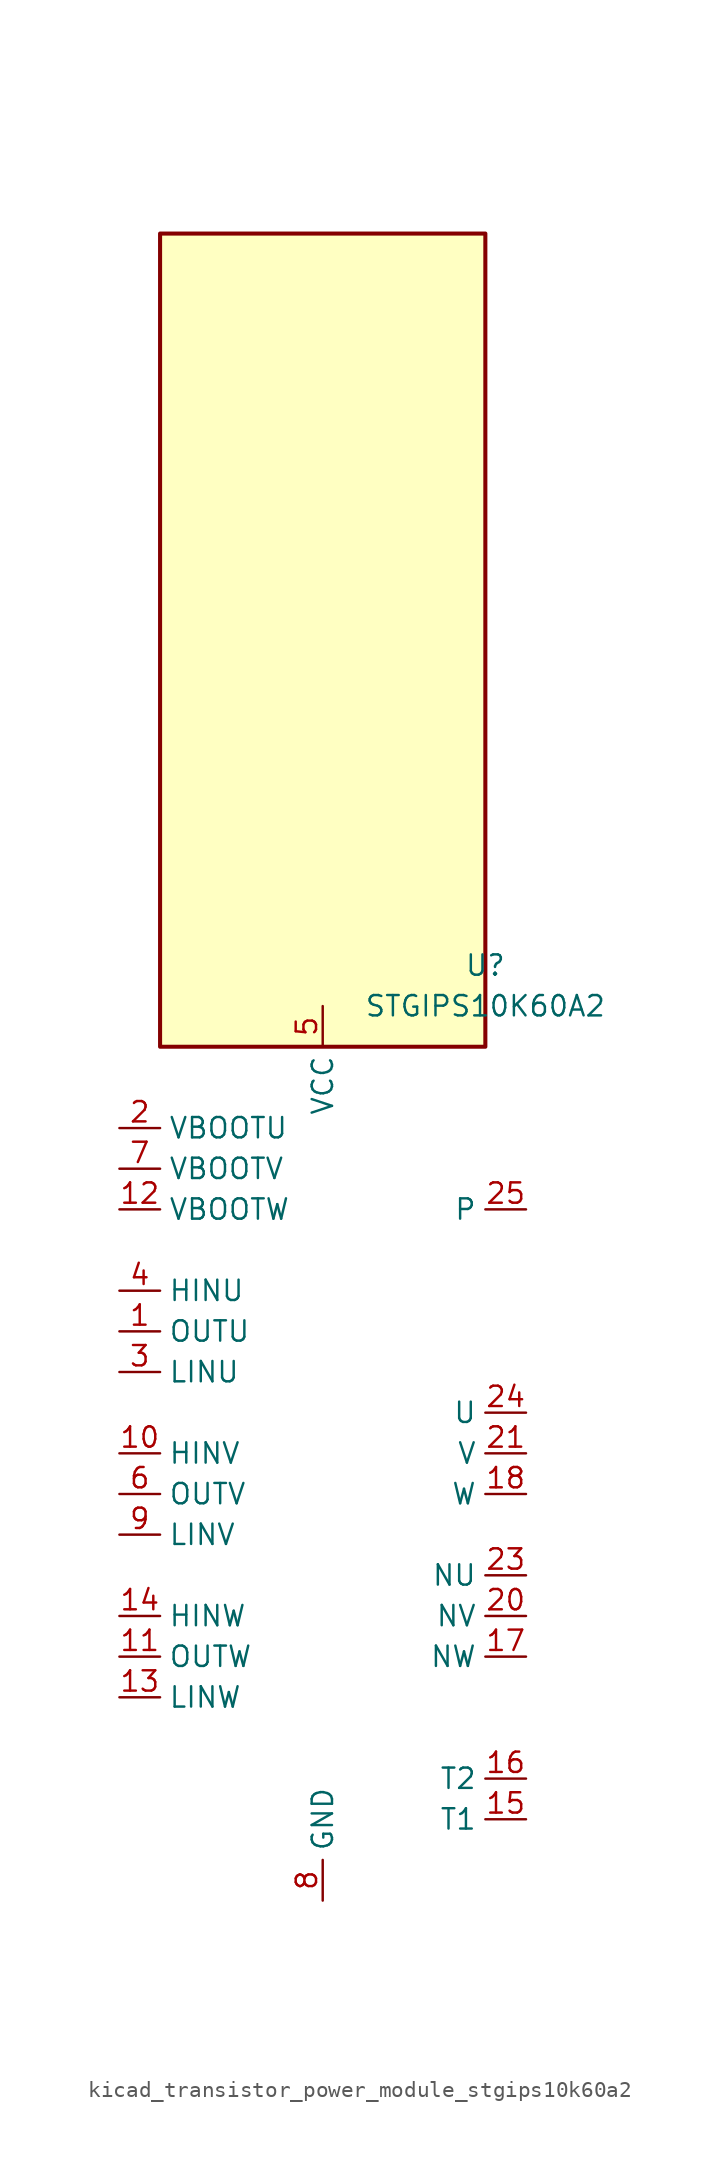
<source format=kicad_sym>
(kicad_symbol_lib
  (version 20220914)
  (generator kicad_symbol_editor)
  (symbol "kicad_transistor_power_module_stgips10k60a2"
    (property "Reference" "U"
      (at 10.16 30.48 0)
      (effects (font (size 1.27 1.27))))
    (property "Value" "STGIPS10K60A2"
      (at 10.16 27.94 0)
      (effects (font (size 1.27 1.27))))
    (symbol "kicad_transistor_power_module_stgips10k60a2_0_1"
      (rectangle (start 10.16 76.2) (end -10.16 25.4) (stroke (width 0.254) (type default)) (fill (type background))))
    (symbol "kicad_transistor_power_module_stgips10k60a2_1_1"
      (pin output line (at -12.7 7.62 0) (length 2.54) (name "OUTU" (effects (font (size 1.27 1.27)))) (number "1" (effects (font (size 1.27 1.27)))))
      (pin input line (at -12.7 0 0) (length 2.54) (name "HINV" (effects (font (size 1.27 1.27)))) (number "10" (effects (font (size 1.27 1.27)))))
      (pin output line (at -12.7 -12.7 0) (length 2.54) (name "OUTW" (effects (font (size 1.27 1.27)))) (number "11" (effects (font (size 1.27 1.27)))))
      (pin passive line (at -12.7 15.24 0) (length 2.54) (name "VBOOTW" (effects (font (size 1.27 1.27)))) (number "12" (effects (font (size 1.27 1.27)))))
      (pin input line (at -12.7 -15.24 0) (length 2.54) (name "LINW" (effects (font (size 1.27 1.27)))) (number "13" (effects (font (size 1.27 1.27)))))
      (pin input line (at -12.7 -10.16 0) (length 2.54) (name "HINW" (effects (font (size 1.27 1.27)))) (number "14" (effects (font (size 1.27 1.27)))))
      (pin passive line (at 12.7 -22.86 180) (length 2.54) (name "T1" (effects (font (size 1.27 1.27)))) (number "15" (effects (font (size 1.27 1.27)))))
      (pin passive line (at 12.7 -20.32 180) (length 2.54) (name "T2" (effects (font (size 1.27 1.27)))) (number "16" (effects (font (size 1.27 1.27)))))
      (pin passive line (at 12.7 -12.7 180) (length 2.54) (name "NW" (effects (font (size 1.27 1.27)))) (number "17" (effects (font (size 1.27 1.27)))))
      (pin passive line (at 12.7 -2.54 180) (length 2.54) (name "W" (effects (font (size 1.27 1.27)))) (number "18" (effects (font (size 1.27 1.27)))))
      (pin passive line (at 12.7 15.24 180) (length 2.54) hide (name "P" (effects (font (size 1.27 1.27)))) (number "19" (effects (font (size 1.27 1.27)))))
      (pin passive line (at -12.7 20.32 0) (length 2.54) (name "VBOOTU" (effects (font (size 1.27 1.27)))) (number "2" (effects (font (size 1.27 1.27)))))
      (pin passive line (at 12.7 -10.16 180) (length 2.54) (name "NV" (effects (font (size 1.27 1.27)))) (number "20" (effects (font (size 1.27 1.27)))))
      (pin passive line (at 12.7 0 180) (length 2.54) (name "V" (effects (font (size 1.27 1.27)))) (number "21" (effects (font (size 1.27 1.27)))))
      (pin passive line (at 12.7 15.24 180) (length 2.54) hide (name "P" (effects (font (size 1.27 1.27)))) (number "22" (effects (font (size 1.27 1.27)))))
      (pin passive line (at 12.7 -7.62 180) (length 2.54) (name "NU" (effects (font (size 1.27 1.27)))) (number "23" (effects (font (size 1.27 1.27)))))
      (pin passive line (at 12.7 2.54 180) (length 2.54) (name "U" (effects (font (size 1.27 1.27)))) (number "24" (effects (font (size 1.27 1.27)))))
      (pin passive line (at 12.7 15.24 180) (length 2.54) (name "P" (effects (font (size 1.27 1.27)))) (number "25" (effects (font (size 1.27 1.27)))))
      (pin input line (at -12.7 5.08 0) (length 2.54) (name "LINU" (effects (font (size 1.27 1.27)))) (number "3" (effects (font (size 1.27 1.27)))))
      (pin input line (at -12.7 10.16 0) (length 2.54) (name "HINU" (effects (font (size 1.27 1.27)))) (number "4" (effects (font (size 1.27 1.27)))))
      (pin power_in line (at 0 27.94 270) (length 2.54) (name "VCC" (effects (font (size 1.27 1.27)))) (number "5" (effects (font (size 1.27 1.27)))))
      (pin output line (at -12.7 -2.54 0) (length 2.54) (name "OUTV" (effects (font (size 1.27 1.27)))) (number "6" (effects (font (size 1.27 1.27)))))
      (pin passive line (at -12.7 17.78 0) (length 2.54) (name "VBOOTV" (effects (font (size 1.27 1.27)))) (number "7" (effects (font (size 1.27 1.27)))))
      (pin power_in line (at 0 -27.94 90) (length 2.54) (name "GND" (effects (font (size 1.27 1.27)))) (number "8" (effects (font (size 1.27 1.27)))))
      (pin input line (at -12.7 -5.08 0) (length 2.54) (name "LINV" (effects (font (size 1.27 1.27)))) (number "9" (effects (font (size 1.27 1.27))))))))
</source>
